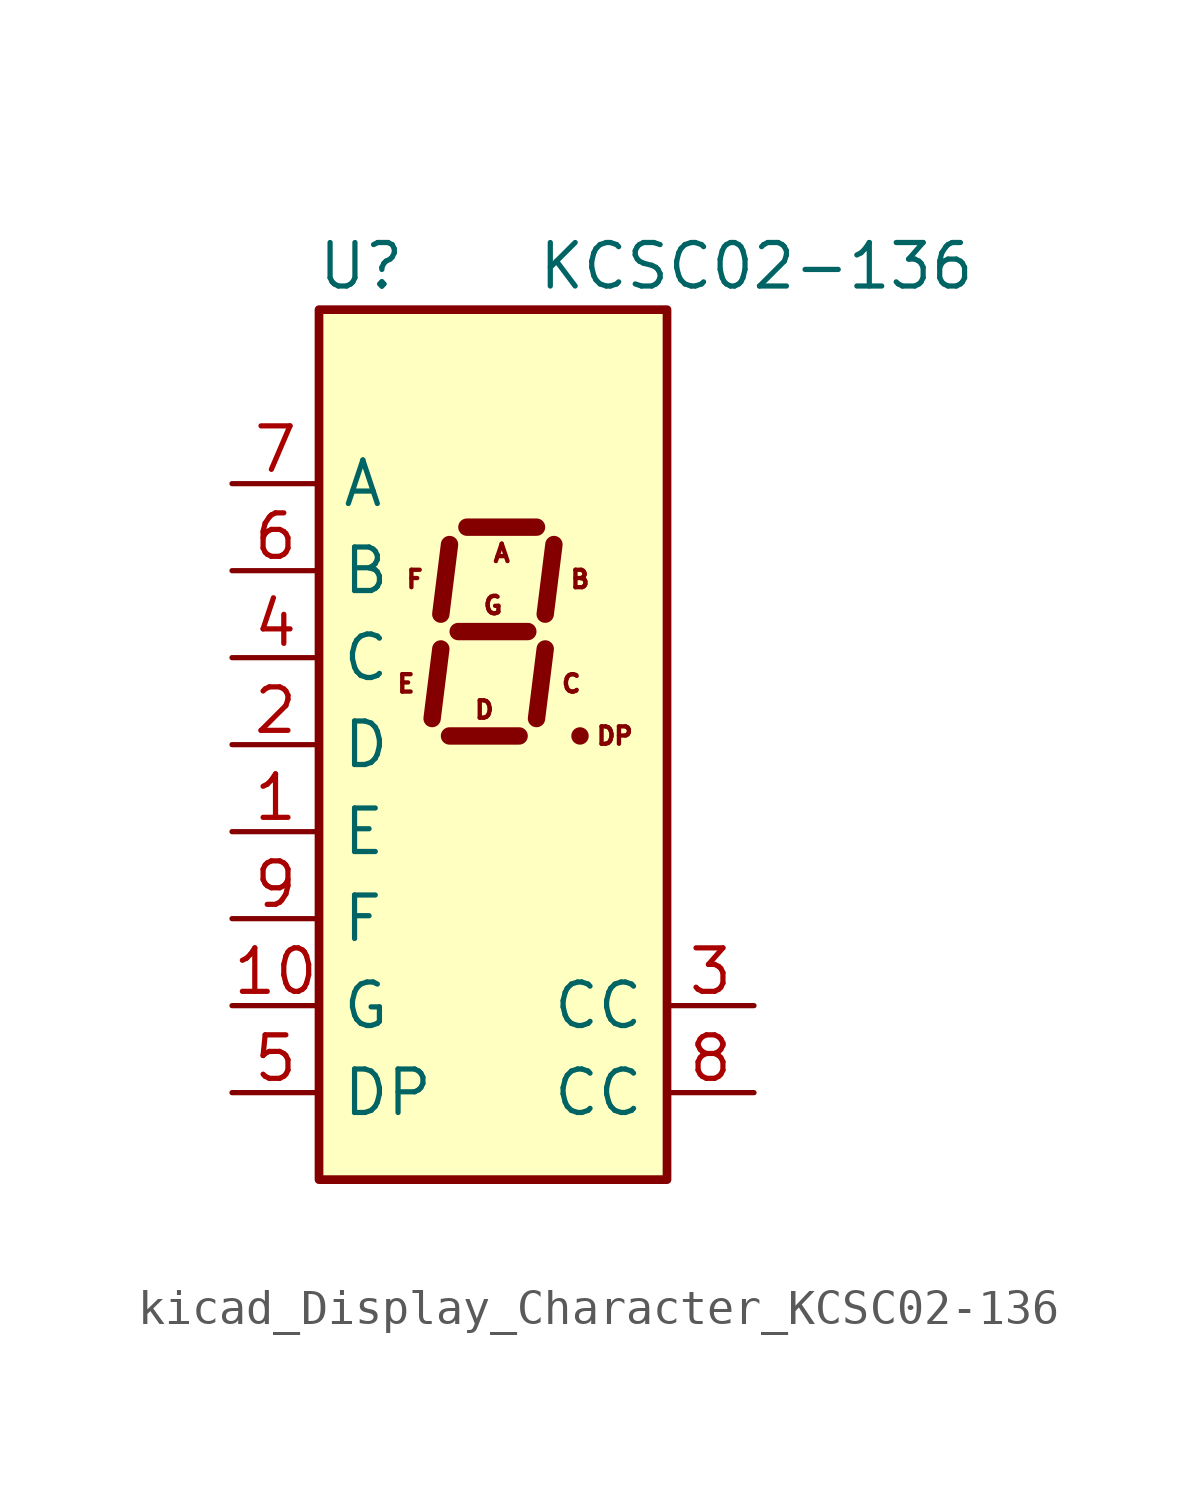
<source format=kicad_sym>
(kicad_symbol_lib
  (version 20220914)
  (generator kicad_symbol_editor)
  (symbol "kicad_Display_Character_KCSC02-136"
    (pin_names
      (offset 0.635))
    (property "Reference" "U"
      (at -2.54 13.97 0)
      (effects (font (size 1.27 1.27)) (justify right)))
    (property "Value" "KCSC02-136"
      (at 1.27 13.97 0)
      (effects (font (size 1.27 1.27)) (justify left)))
    (symbol "kicad_Display_Character_KCSC02-136_0_0"
      (text "A" (at 0.254 5.588 0) (effects (font (size 0.508 0.508))))
      (text "B" (at 2.54 4.826 0) (effects (font (size 0.508 0.508))))
      (text "C" (at 2.286 1.778 0) (effects (font (size 0.508 0.508))))
      (text "D" (at -0.254 1.016 0) (effects (font (size 0.508 0.508))))
      (text "DP" (at 3.556 0.254 0) (effects (font (size 0.508 0.508))))
      (text "E" (at -2.54 1.778 0) (effects (font (size 0.508 0.508))))
      (text "F" (at -2.286 4.826 0) (effects (font (size 0.508 0.508))))
      (text "G" (at 0 4.064 0) (effects (font (size 0.508 0.508)))))
    (symbol "kicad_Display_Character_KCSC02-136_0_1"
      (rectangle (start -5.08 12.7) (end 5.08 -12.7) (stroke (width 0.254) (type default)) (fill (type background)))
      (polyline (pts (xy -1.524 2.794) (xy -1.778 0.762)) (stroke (width 0.508) (type default)) (fill (type none)))
      (polyline (pts (xy -1.27 0.254) (xy 0.762 0.254)) (stroke (width 0.508) (type default)) (fill (type none)))
      (polyline (pts (xy -1.27 5.842) (xy -1.524 3.81)) (stroke (width 0.508) (type default)) (fill (type none)))
      (polyline (pts (xy -1.016 3.302) (xy 1.016 3.302)) (stroke (width 0.508) (type default)) (fill (type none)))
      (polyline (pts (xy -0.762 6.35) (xy 1.27 6.35)) (stroke (width 0.508) (type default)) (fill (type none)))
      (polyline (pts (xy 1.524 2.794) (xy 1.27 0.762)) (stroke (width 0.508) (type default)) (fill (type none)))
      (polyline (pts (xy 1.778 5.842) (xy 1.524 3.81)) (stroke (width 0.508) (type default)) (fill (type none)))
      (polyline (pts (xy 2.54 0.254) (xy 2.54 0.254)) (stroke (width 0.508) (type default)) (fill (type none))))
    (symbol "kicad_Display_Character_KCSC02-136_1_1"
      (pin input line (at -7.62 -2.54 0) (length 2.54) (name "E" (effects (font (size 1.27 1.27)))) (number "1" (effects (font (size 1.27 1.27)))))
      (pin input line (at -7.62 -7.62 0) (length 2.54) (name "G" (effects (font (size 1.27 1.27)))) (number "10" (effects (font (size 1.27 1.27)))))
      (pin input line (at -7.62 0 0) (length 2.54) (name "D" (effects (font (size 1.27 1.27)))) (number "2" (effects (font (size 1.27 1.27)))))
      (pin input line (at 7.62 -7.62 180) (length 2.54) (name "CC" (effects (font (size 1.27 1.27)))) (number "3" (effects (font (size 1.27 1.27)))))
      (pin input line (at -7.62 2.54 0) (length 2.54) (name "C" (effects (font (size 1.27 1.27)))) (number "4" (effects (font (size 1.27 1.27)))))
      (pin input line (at -7.62 -10.16 0) (length 2.54) (name "DP" (effects (font (size 1.27 1.27)))) (number "5" (effects (font (size 1.27 1.27)))))
      (pin input line (at -7.62 5.08 0) (length 2.54) (name "B" (effects (font (size 1.27 1.27)))) (number "6" (effects (font (size 1.27 1.27)))))
      (pin input line (at -7.62 7.62 0) (length 2.54) (name "A" (effects (font (size 1.27 1.27)))) (number "7" (effects (font (size 1.27 1.27)))))
      (pin input line (at 7.62 -10.16 180) (length 2.54) (name "CC" (effects (font (size 1.27 1.27)))) (number "8" (effects (font (size 1.27 1.27)))))
      (pin input line (at -7.62 -5.08 0) (length 2.54) (name "F" (effects (font (size 1.27 1.27)))) (number "9" (effects (font (size 1.27 1.27))))))))
</source>
